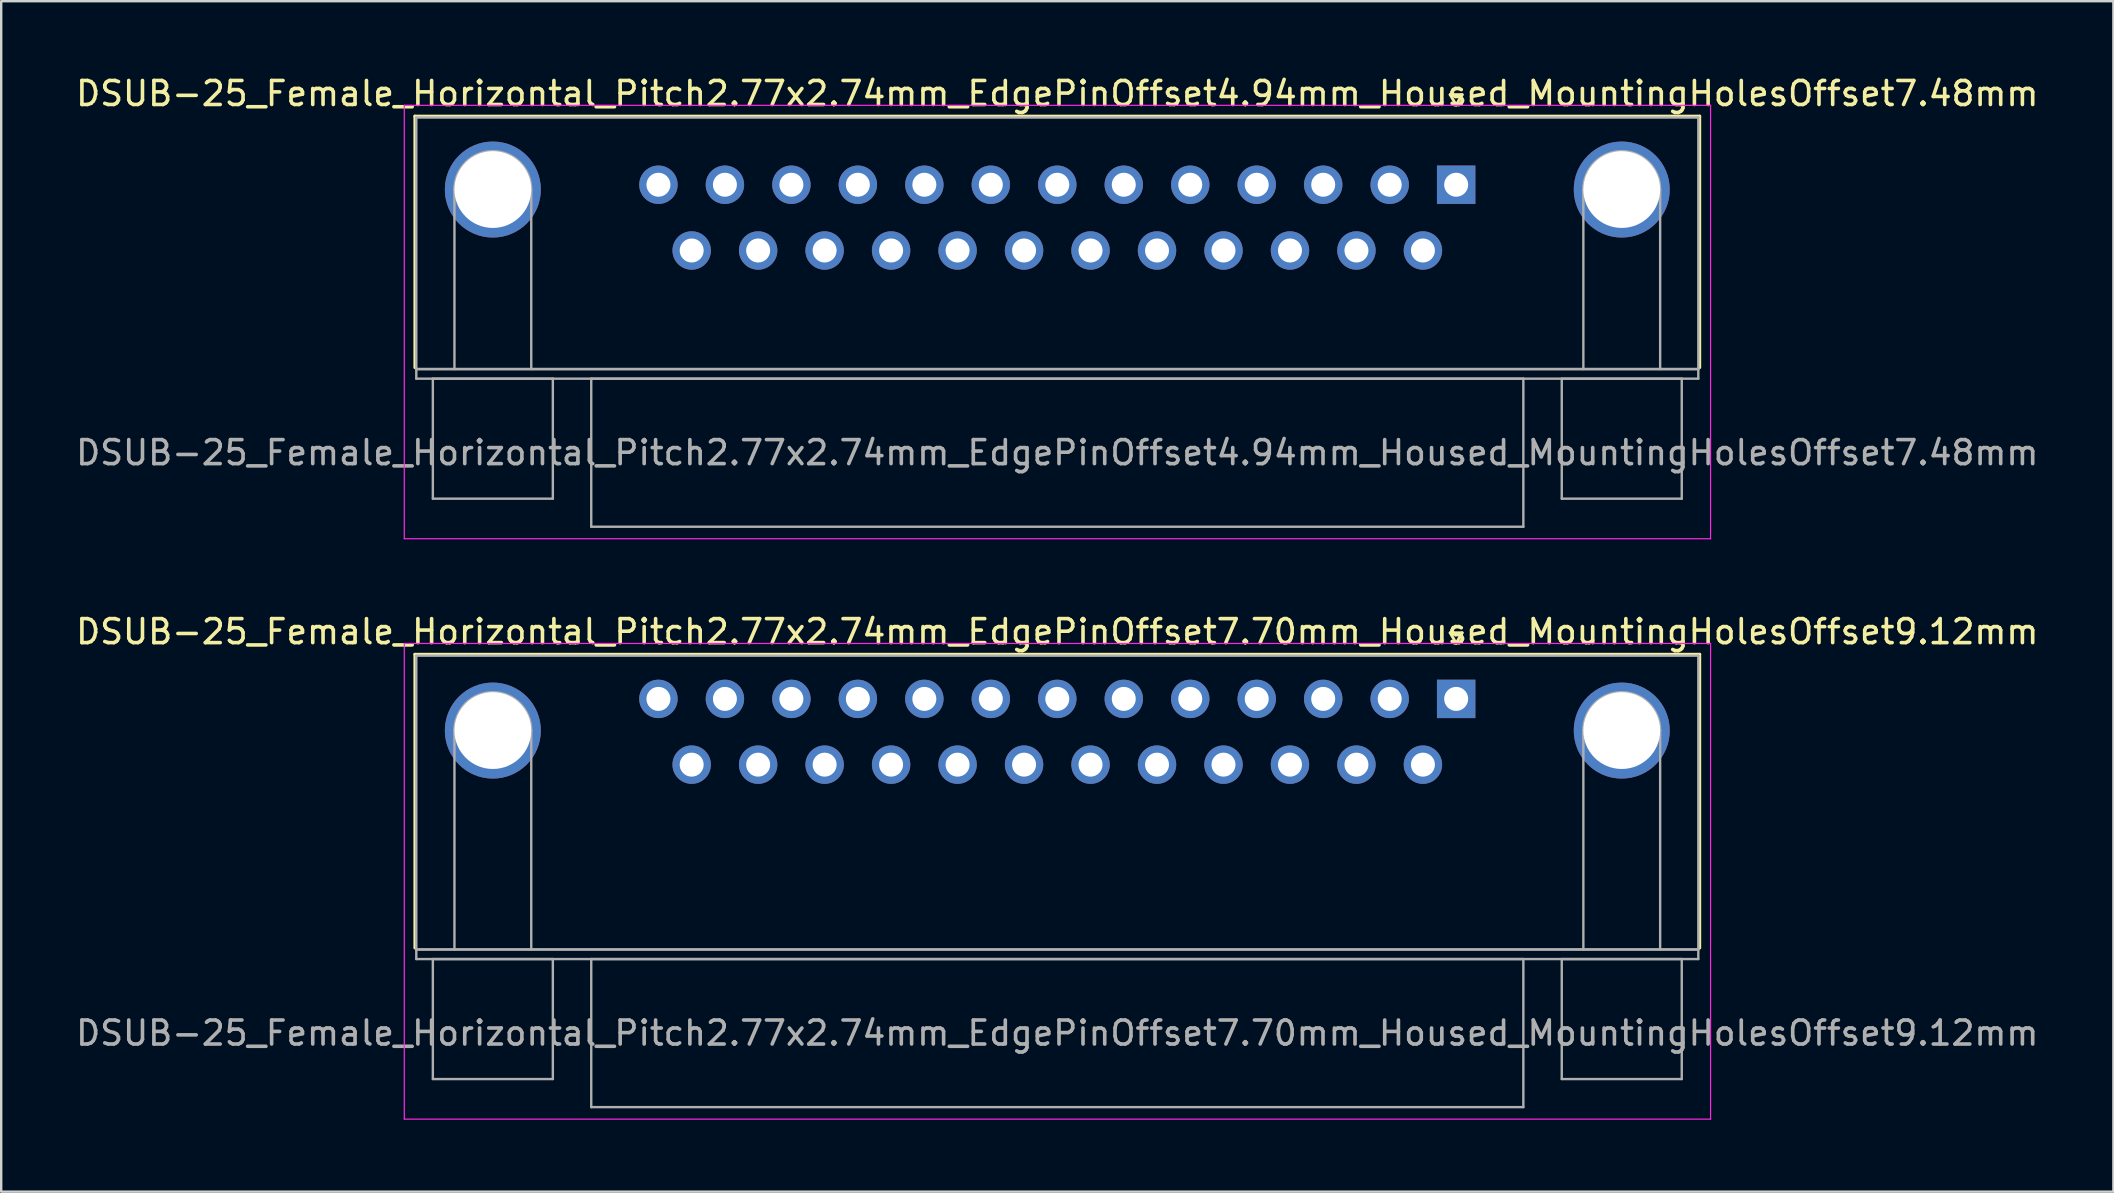
<source format=kicad_pcb>
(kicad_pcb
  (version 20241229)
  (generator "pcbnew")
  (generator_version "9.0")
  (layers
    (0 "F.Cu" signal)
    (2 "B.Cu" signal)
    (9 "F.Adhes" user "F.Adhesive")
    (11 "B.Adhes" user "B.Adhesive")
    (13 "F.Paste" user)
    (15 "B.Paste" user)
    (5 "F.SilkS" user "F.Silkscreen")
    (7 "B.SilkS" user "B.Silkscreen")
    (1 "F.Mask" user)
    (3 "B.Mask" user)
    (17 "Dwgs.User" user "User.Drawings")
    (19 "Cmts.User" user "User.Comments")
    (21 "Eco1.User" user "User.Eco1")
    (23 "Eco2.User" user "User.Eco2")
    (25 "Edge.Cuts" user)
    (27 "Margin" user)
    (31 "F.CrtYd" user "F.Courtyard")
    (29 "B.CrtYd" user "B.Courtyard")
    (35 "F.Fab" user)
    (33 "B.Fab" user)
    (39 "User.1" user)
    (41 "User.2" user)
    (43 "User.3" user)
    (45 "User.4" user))
  (footprint "DSUB-25_Female_Horizontal_Pitch2.77x2.74mm_EdgePinOffset4.94mm_Housed_MountingHolesOffset7.48mm"
    (layer "F.Cu")
    (at 57.626 4.648)
    (property "Reference" "DSUB-25_Female_Horizontal_Pitch2.77x2.74mm_EdgePinOffset4.94mm_Housed_MountingHolesOffset7.48mm" (at -16.62 -3.8 0) (layer "F.SilkS") (effects (font (size 1 1) (thickness 0.15))))
    (attr through_hole)
    (fp_line (start -43.39 -2.86) (end 10.15 -2.86) (stroke (width 0.12) (type solid)) (layer "F.SilkS"))
    (fp_line (start -43.39 7.62) (end -43.39 -2.86) (stroke (width 0.12) (type solid)) (layer "F.SilkS"))
    (fp_line (start -0.25 -3.754) (end 0.25 -3.754) (stroke (width 0.12) (type solid)) (layer "F.SilkS"))
    (fp_line (start 0 -3.321) (end -0.25 -3.754) (stroke (width 0.12) (type solid)) (layer "F.SilkS"))
    (fp_line (start 0.25 -3.754) (end 0 -3.321) (stroke (width 0.12) (type solid)) (layer "F.SilkS"))
    (fp_line (start 10.15 -2.86) (end 10.15 7.62) (stroke (width 0.12) (type solid)) (layer "F.SilkS"))
    (fp_line (start -43.83 -3.31) (end -43.83 14.75) (stroke (width 0.05) (type solid)) (layer "F.CrtYd"))
    (fp_line (start -43.83 14.75) (end 10.6 14.75) (stroke (width 0.05) (type solid)) (layer "F.CrtYd"))
    (fp_line (start 10.6 -3.31) (end -43.83 -3.31) (stroke (width 0.05) (type solid)) (layer "F.CrtYd"))
    (fp_line (start 10.6 14.75) (end 10.6 -3.31) (stroke (width 0.05) (type solid)) (layer "F.CrtYd"))
    (fp_line (start -43.33 -2.8) (end -43.33 7.68) (stroke (width 0.1) (type solid)) (layer "F.Fab"))
    (fp_line (start -43.33 7.68) (end -43.33 8.08) (stroke (width 0.1) (type solid)) (layer "F.Fab"))
    (fp_line (start -43.33 7.68) (end 10.09 7.68) (stroke (width 0.1) (type solid)) (layer "F.Fab"))
    (fp_line (start -43.33 8.08) (end 10.09 8.08) (stroke (width 0.1) (type solid)) (layer "F.Fab"))
    (fp_line (start -42.64 8.08) (end -42.64 13.08) (stroke (width 0.1) (type solid)) (layer "F.Fab"))
    (fp_line (start -42.64 13.08) (end -37.64 13.08) (stroke (width 0.1) (type solid)) (layer "F.Fab"))
    (fp_line (start -41.74 7.68) (end -41.74 0.2) (stroke (width 0.1) (type solid)) (layer "F.Fab"))
    (fp_line (start -38.54 7.68) (end -38.54 0.2) (stroke (width 0.1) (type solid)) (layer "F.Fab"))
    (fp_line (start -37.64 8.08) (end -42.64 8.08) (stroke (width 0.1) (type solid)) (layer "F.Fab"))
    (fp_line (start -37.64 13.08) (end -37.64 8.08) (stroke (width 0.1) (type solid)) (layer "F.Fab"))
    (fp_line (start -36.04 8.08) (end -36.04 14.25) (stroke (width 0.1) (type solid)) (layer "F.Fab"))
    (fp_line (start -36.04 14.25) (end 2.8 14.25) (stroke (width 0.1) (type solid)) (layer "F.Fab"))
    (fp_line (start 2.8 8.08) (end -36.04 8.08) (stroke (width 0.1) (type solid)) (layer "F.Fab"))
    (fp_line (start 2.8 14.25) (end 2.8 8.08) (stroke (width 0.1) (type solid)) (layer "F.Fab"))
    (fp_line (start 4.4 8.08) (end 4.4 13.08) (stroke (width 0.1) (type solid)) (layer "F.Fab"))
    (fp_line (start 4.4 13.08) (end 9.4 13.08) (stroke (width 0.1) (type solid)) (layer "F.Fab"))
    (fp_line (start 5.3 7.68) (end 5.3 0.2) (stroke (width 0.1) (type solid)) (layer "F.Fab"))
    (fp_line (start 8.5 7.68) (end 8.5 0.2) (stroke (width 0.1) (type solid)) (layer "F.Fab"))
    (fp_line (start 9.4 8.08) (end 4.4 8.08) (stroke (width 0.1) (type solid)) (layer "F.Fab"))
    (fp_line (start 9.4 13.08) (end 9.4 8.08) (stroke (width 0.1) (type solid)) (layer "F.Fab"))
    (fp_line (start 10.09 -2.8) (end -43.33 -2.8) (stroke (width 0.1) (type solid)) (layer "F.Fab"))
    (fp_line (start 10.09 7.68) (end -43.33 7.68) (stroke (width 0.1) (type solid)) (layer "F.Fab"))
    (fp_line (start 10.09 7.68) (end 10.09 -2.8) (stroke (width 0.1) (type solid)) (layer "F.Fab"))
    (fp_line (start 10.09 8.08) (end 10.09 7.68) (stroke (width 0.1) (type solid)) (layer "F.Fab"))
    (fp_arc (start -41.74 0.2) (mid -40.14 -1.4) (end -38.54 0.2) (stroke (width 0.1) (type solid)) (layer "F.Fab"))
    (fp_arc (start 5.3 0.2) (mid 6.9 -1.4) (end 8.5 0.2) (stroke (width 0.1) (type solid)) (layer "F.Fab"))
    (fp_text user "${REFERENCE}" (at -16.62 11.165 0) (layer "F.Fab") (effects (font (size 1 1) (thickness 0.15))))
    (pad "0" thru_hole circle (at -40.14 0.2) (size 4 4) (drill 3.2) (layers "*.Cu" "*.Mask"))
    (pad "0" thru_hole circle (at 6.9 0.2) (size 4 4) (drill 3.2) (layers "*.Cu" "*.Mask"))
    (pad "1" thru_hole rect (at 0 0) (size 1.6 1.6) (drill 1) (layers "*.Cu" "*.Mask"))
    (pad "2" thru_hole circle (at -2.77 0) (size 1.6 1.6) (drill 1) (layers "*.Cu" "*.Mask"))
    (pad "3" thru_hole circle (at -5.54 0) (size 1.6 1.6) (drill 1) (layers "*.Cu" "*.Mask"))
    (pad "4" thru_hole circle (at -8.31 0) (size 1.6 1.6) (drill 1) (layers "*.Cu" "*.Mask"))
    (pad "5" thru_hole circle (at -11.08 0) (size 1.6 1.6) (drill 1) (layers "*.Cu" "*.Mask"))
    (pad "6" thru_hole circle (at -13.85 0) (size 1.6 1.6) (drill 1) (layers "*.Cu" "*.Mask"))
    (pad "7" thru_hole circle (at -16.62 0) (size 1.6 1.6) (drill 1) (layers "*.Cu" "*.Mask"))
    (pad "8" thru_hole circle (at -19.39 0) (size 1.6 1.6) (drill 1) (layers "*.Cu" "*.Mask"))
    (pad "9" thru_hole circle (at -22.16 0) (size 1.6 1.6) (drill 1) (layers "*.Cu" "*.Mask"))
    (pad "10" thru_hole circle (at -24.93 0) (size 1.6 1.6) (drill 1) (layers "*.Cu" "*.Mask"))
    (pad "11" thru_hole circle (at -27.7 0) (size 1.6 1.6) (drill 1) (layers "*.Cu" "*.Mask"))
    (pad "12" thru_hole circle (at -30.47 0) (size 1.6 1.6) (drill 1) (layers "*.Cu" "*.Mask"))
    (pad "13" thru_hole circle (at -33.24 0) (size 1.6 1.6) (drill 1) (layers "*.Cu" "*.Mask"))
    (pad "14" thru_hole circle (at -1.385 2.74) (size 1.6 1.6) (drill 1) (layers "*.Cu" "*.Mask"))
    (pad "15" thru_hole circle (at -4.155 2.74) (size 1.6 1.6) (drill 1) (layers "*.Cu" "*.Mask"))
    (pad "16" thru_hole circle (at -6.925 2.74) (size 1.6 1.6) (drill 1) (layers "*.Cu" "*.Mask"))
    (pad "17" thru_hole circle (at -9.695 2.74) (size 1.6 1.6) (drill 1) (layers "*.Cu" "*.Mask"))
    (pad "18" thru_hole circle (at -12.465 2.74) (size 1.6 1.6) (drill 1) (layers "*.Cu" "*.Mask"))
    (pad "19" thru_hole circle (at -15.235 2.74) (size 1.6 1.6) (drill 1) (layers "*.Cu" "*.Mask"))
    (pad "20" thru_hole circle (at -18.005 2.74) (size 1.6 1.6) (drill 1) (layers "*.Cu" "*.Mask"))
    (pad "21" thru_hole circle (at -20.775 2.74) (size 1.6 1.6) (drill 1) (layers "*.Cu" "*.Mask"))
    (pad "22" thru_hole circle (at -23.545 2.74) (size 1.6 1.6) (drill 1) (layers "*.Cu" "*.Mask"))
    (pad "23" thru_hole circle (at -26.315 2.74) (size 1.6 1.6) (drill 1) (layers "*.Cu" "*.Mask"))
    (pad "24" thru_hole circle (at -29.085 2.74) (size 1.6 1.6) (drill 1) (layers "*.Cu" "*.Mask"))
    (pad "25" thru_hole circle (at -31.855 2.74) (size 1.6 1.6) (drill 1) (layers "*.Cu" "*.Mask")))
  (footprint "DSUB-25_Female_Horizontal_Pitch2.77x2.74mm_EdgePinOffset7.70mm_Housed_MountingHolesOffset9.12mm"
    (layer "F.Cu")
    (at 57.626 26.072)
    (property "Reference" "DSUB-25_Female_Horizontal_Pitch2.77x2.74mm_EdgePinOffset7.70mm_Housed_MountingHolesOffset9.12mm" (at -16.62 -2.8 0) (layer "F.SilkS") (effects (font (size 1 1) (thickness 0.15))))
    (attr through_hole)
    (fp_line (start -43.39 -1.86) (end 10.15 -1.86) (stroke (width 0.12) (type solid)) (layer "F.SilkS"))
    (fp_line (start -43.39 10.38) (end -43.39 -1.86) (stroke (width 0.12) (type solid)) (layer "F.SilkS"))
    (fp_line (start -0.25 -2.754) (end 0.25 -2.754) (stroke (width 0.12) (type solid)) (layer "F.SilkS"))
    (fp_line (start 0 -2.321) (end -0.25 -2.754) (stroke (width 0.12) (type solid)) (layer "F.SilkS"))
    (fp_line (start 0.25 -2.754) (end 0 -2.321) (stroke (width 0.12) (type solid)) (layer "F.SilkS"))
    (fp_line (start 10.15 -1.86) (end 10.15 10.38) (stroke (width 0.12) (type solid)) (layer "F.SilkS"))
    (fp_line (start -43.83 -2.31) (end -43.83 17.51) (stroke (width 0.05) (type solid)) (layer "F.CrtYd"))
    (fp_line (start -43.83 17.51) (end 10.6 17.51) (stroke (width 0.05) (type solid)) (layer "F.CrtYd"))
    (fp_line (start 10.6 -2.31) (end -43.83 -2.31) (stroke (width 0.05) (type solid)) (layer "F.CrtYd"))
    (fp_line (start 10.6 17.51) (end 10.6 -2.31) (stroke (width 0.05) (type solid)) (layer "F.CrtYd"))
    (fp_line (start -43.33 -1.8) (end -43.33 10.44) (stroke (width 0.1) (type solid)) (layer "F.Fab"))
    (fp_line (start -43.33 10.44) (end -43.33 10.84) (stroke (width 0.1) (type solid)) (layer "F.Fab"))
    (fp_line (start -43.33 10.44) (end 10.09 10.44) (stroke (width 0.1) (type solid)) (layer "F.Fab"))
    (fp_line (start -43.33 10.84) (end 10.09 10.84) (stroke (width 0.1) (type solid)) (layer "F.Fab"))
    (fp_line (start -42.64 10.84) (end -42.64 15.84) (stroke (width 0.1) (type solid)) (layer "F.Fab"))
    (fp_line (start -42.64 15.84) (end -37.64 15.84) (stroke (width 0.1) (type solid)) (layer "F.Fab"))
    (fp_line (start -41.74 10.44) (end -41.74 1.32) (stroke (width 0.1) (type solid)) (layer "F.Fab"))
    (fp_line (start -38.54 10.44) (end -38.54 1.32) (stroke (width 0.1) (type solid)) (layer "F.Fab"))
    (fp_line (start -37.64 10.84) (end -42.64 10.84) (stroke (width 0.1) (type solid)) (layer "F.Fab"))
    (fp_line (start -37.64 15.84) (end -37.64 10.84) (stroke (width 0.1) (type solid)) (layer "F.Fab"))
    (fp_line (start -36.04 10.84) (end -36.04 17.01) (stroke (width 0.1) (type solid)) (layer "F.Fab"))
    (fp_line (start -36.04 17.01) (end 2.8 17.01) (stroke (width 0.1) (type solid)) (layer "F.Fab"))
    (fp_line (start 2.8 10.84) (end -36.04 10.84) (stroke (width 0.1) (type solid)) (layer "F.Fab"))
    (fp_line (start 2.8 17.01) (end 2.8 10.84) (stroke (width 0.1) (type solid)) (layer "F.Fab"))
    (fp_line (start 4.4 10.84) (end 4.4 15.84) (stroke (width 0.1) (type solid)) (layer "F.Fab"))
    (fp_line (start 4.4 15.84) (end 9.4 15.84) (stroke (width 0.1) (type solid)) (layer "F.Fab"))
    (fp_line (start 5.3 10.44) (end 5.3 1.32) (stroke (width 0.1) (type solid)) (layer "F.Fab"))
    (fp_line (start 8.5 10.44) (end 8.5 1.32) (stroke (width 0.1) (type solid)) (layer "F.Fab"))
    (fp_line (start 9.4 10.84) (end 4.4 10.84) (stroke (width 0.1) (type solid)) (layer "F.Fab"))
    (fp_line (start 9.4 15.84) (end 9.4 10.84) (stroke (width 0.1) (type solid)) (layer "F.Fab"))
    (fp_line (start 10.09 -1.8) (end -43.33 -1.8) (stroke (width 0.1) (type solid)) (layer "F.Fab"))
    (fp_line (start 10.09 10.44) (end -43.33 10.44) (stroke (width 0.1) (type solid)) (layer "F.Fab"))
    (fp_line (start 10.09 10.44) (end 10.09 -1.8) (stroke (width 0.1) (type solid)) (layer "F.Fab"))
    (fp_line (start 10.09 10.84) (end 10.09 10.44) (stroke (width 0.1) (type solid)) (layer "F.Fab"))
    (fp_arc (start -41.74 1.32) (mid -40.14 -0.28) (end -38.54 1.32) (stroke (width 0.1) (type solid)) (layer "F.Fab"))
    (fp_arc (start 5.3 1.32) (mid 6.9 -0.28) (end 8.5 1.32) (stroke (width 0.1) (type solid)) (layer "F.Fab"))
    (fp_text user "${REFERENCE}" (at -16.62 13.925 0) (layer "F.Fab") (effects (font (size 1 1) (thickness 0.15))))
    (pad "0" thru_hole circle (at -40.14 1.32) (size 4 4) (drill 3.2) (layers "*.Cu" "*.Mask"))
    (pad "0" thru_hole circle (at 6.9 1.32) (size 4 4) (drill 3.2) (layers "*.Cu" "*.Mask"))
    (pad "1" thru_hole rect (at 0 0) (size 1.6 1.6) (drill 1) (layers "*.Cu" "*.Mask"))
    (pad "2" thru_hole circle (at -2.77 0) (size 1.6 1.6) (drill 1) (layers "*.Cu" "*.Mask"))
    (pad "3" thru_hole circle (at -5.54 0) (size 1.6 1.6) (drill 1) (layers "*.Cu" "*.Mask"))
    (pad "4" thru_hole circle (at -8.31 0) (size 1.6 1.6) (drill 1) (layers "*.Cu" "*.Mask"))
    (pad "5" thru_hole circle (at -11.08 0) (size 1.6 1.6) (drill 1) (layers "*.Cu" "*.Mask"))
    (pad "6" thru_hole circle (at -13.85 0) (size 1.6 1.6) (drill 1) (layers "*.Cu" "*.Mask"))
    (pad "7" thru_hole circle (at -16.62 0) (size 1.6 1.6) (drill 1) (layers "*.Cu" "*.Mask"))
    (pad "8" thru_hole circle (at -19.39 0) (size 1.6 1.6) (drill 1) (layers "*.Cu" "*.Mask"))
    (pad "9" thru_hole circle (at -22.16 0) (size 1.6 1.6) (drill 1) (layers "*.Cu" "*.Mask"))
    (pad "10" thru_hole circle (at -24.93 0) (size 1.6 1.6) (drill 1) (layers "*.Cu" "*.Mask"))
    (pad "11" thru_hole circle (at -27.7 0) (size 1.6 1.6) (drill 1) (layers "*.Cu" "*.Mask"))
    (pad "12" thru_hole circle (at -30.47 0) (size 1.6 1.6) (drill 1) (layers "*.Cu" "*.Mask"))
    (pad "13" thru_hole circle (at -33.24 0) (size 1.6 1.6) (drill 1) (layers "*.Cu" "*.Mask"))
    (pad "14" thru_hole circle (at -1.385 2.74) (size 1.6 1.6) (drill 1) (layers "*.Cu" "*.Mask"))
    (pad "15" thru_hole circle (at -4.155 2.74) (size 1.6 1.6) (drill 1) (layers "*.Cu" "*.Mask"))
    (pad "16" thru_hole circle (at -6.925 2.74) (size 1.6 1.6) (drill 1) (layers "*.Cu" "*.Mask"))
    (pad "17" thru_hole circle (at -9.695 2.74) (size 1.6 1.6) (drill 1) (layers "*.Cu" "*.Mask"))
    (pad "18" thru_hole circle (at -12.465 2.74) (size 1.6 1.6) (drill 1) (layers "*.Cu" "*.Mask"))
    (pad "19" thru_hole circle (at -15.235 2.74) (size 1.6 1.6) (drill 1) (layers "*.Cu" "*.Mask"))
    (pad "20" thru_hole circle (at -18.005 2.74) (size 1.6 1.6) (drill 1) (layers "*.Cu" "*.Mask"))
    (pad "21" thru_hole circle (at -20.775 2.74) (size 1.6 1.6) (drill 1) (layers "*.Cu" "*.Mask"))
    (pad "22" thru_hole circle (at -23.545 2.74) (size 1.6 1.6) (drill 1) (layers "*.Cu" "*.Mask"))
    (pad "23" thru_hole circle (at -26.315 2.74) (size 1.6 1.6) (drill 1) (layers "*.Cu" "*.Mask"))
    (pad "24" thru_hole circle (at -29.085 2.74) (size 1.6 1.6) (drill 1) (layers "*.Cu" "*.Mask"))
    (pad "25" thru_hole circle (at -31.855 2.74) (size 1.6 1.6) (drill 1) (layers "*.Cu" "*.Mask")))
  (gr_rect
    (start -3 -3)
    (end 85.012 46.606)
    (stroke (width 0.1) (type default))
    (fill no)
    (layer "Edge.Cuts")))
</source>
